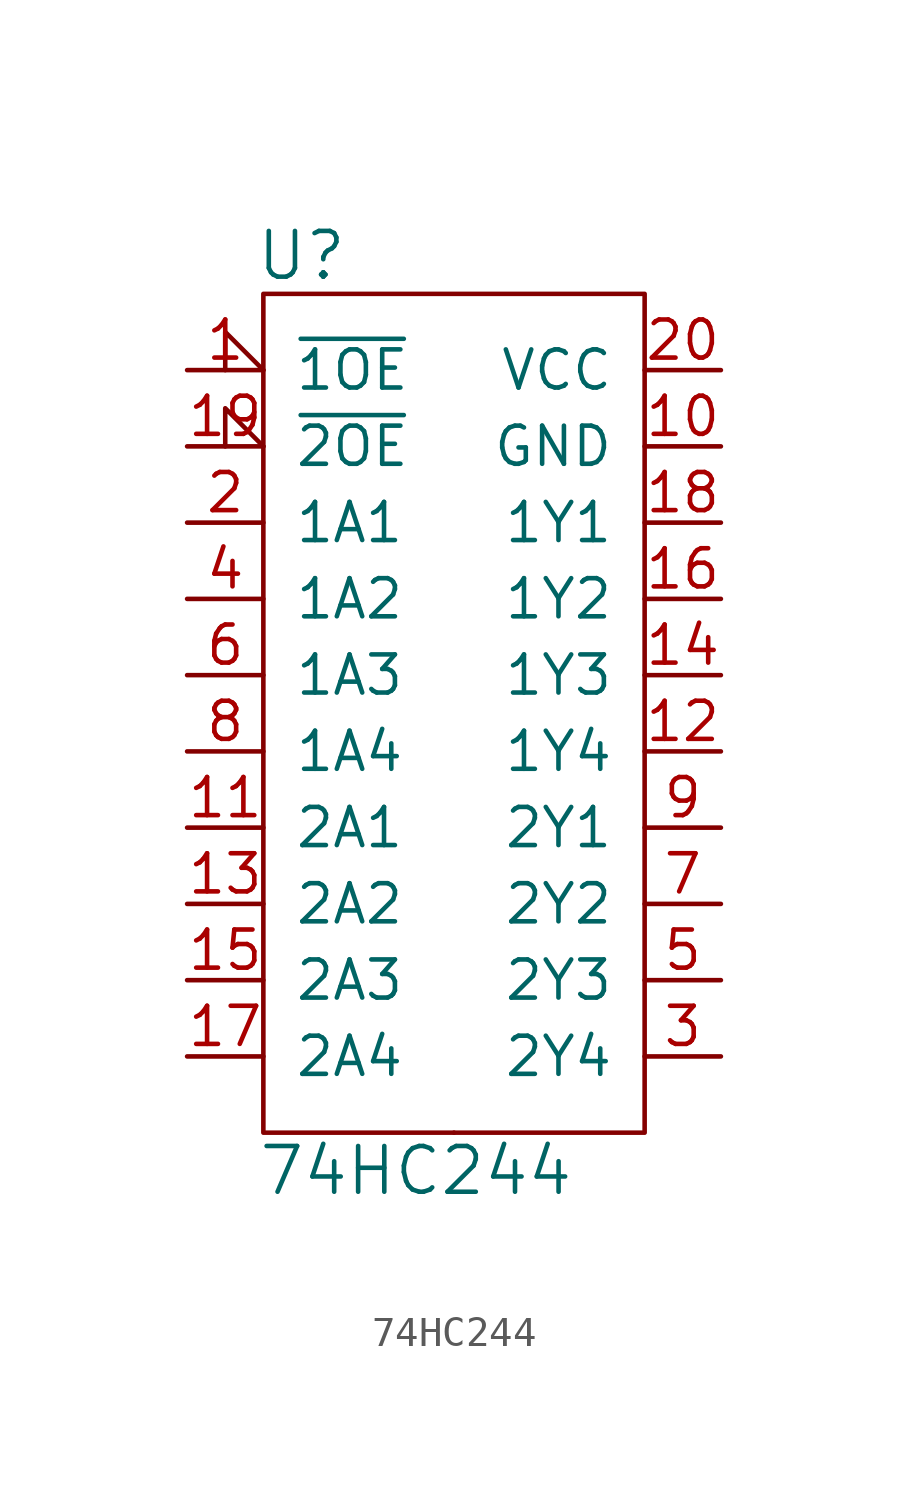
<source format=kicad_sym>
(kicad_symbol_lib
  (version 20211014)
  (generator kicad_symbol_editor)
  (symbol "74HC244"
    (pin_names
      (offset 1.016))
    (property "Reference" "U"
      (at -5.08 15.24 0)
      (effects (font (size 1.524 1.524))))
    (property "Value" "74HC244"
      (at -1.27 -15.24 0)
      (effects (font (size 1.524 1.524))))
    (property "Footprint" ""
      (at 0 0 0)
      (effects (font (size 1.524 1.524))))
    (property "Datasheet" ""
      (at 0 0 0)
      (effects (font (size 1.524 1.524))))
    (symbol "74HC244_0_1"
      (rectangle (start -6.35 13.97) (end 6.35 -13.97) (stroke (width 0) (type default) (color 0 0 0 0)) (fill (type none)))
      (rectangle (start 0 -13.97) (end 0 -13.97) (stroke (width 0) (type default) (color 0 0 0 0)) (fill (type none))))
    (symbol "74HC244_1_1"
      (pin input input_low (at -8.89 11.43 0) (length 2.54) (name "~{1OE}" (effects (font (size 1.27 1.27)))) (number "1" (effects (font (size 1.27 1.27)))))
      (pin passive line (at 8.89 8.89 180) (length 2.54) (name "GND" (effects (font (size 1.27 1.27)))) (number "10" (effects (font (size 1.27 1.27)))))
      (pin input line (at -8.89 -3.81 0) (length 2.54) (name "2A1" (effects (font (size 1.27 1.27)))) (number "11" (effects (font (size 1.27 1.27)))))
      (pin tri_state line (at 8.89 -1.27 180) (length 2.54) (name "1Y4" (effects (font (size 1.27 1.27)))) (number "12" (effects (font (size 1.27 1.27)))))
      (pin input line (at -8.89 -6.35 0) (length 2.54) (name "2A2" (effects (font (size 1.27 1.27)))) (number "13" (effects (font (size 1.27 1.27)))))
      (pin tri_state line (at 8.89 1.27 180) (length 2.54) (name "1Y3" (effects (font (size 1.27 1.27)))) (number "14" (effects (font (size 1.27 1.27)))))
      (pin input line (at -8.89 -8.89 0) (length 2.54) (name "2A3" (effects (font (size 1.27 1.27)))) (number "15" (effects (font (size 1.27 1.27)))))
      (pin tri_state line (at 8.89 3.81 180) (length 2.54) (name "1Y2" (effects (font (size 1.27 1.27)))) (number "16" (effects (font (size 1.27 1.27)))))
      (pin input line (at -8.89 -11.43 0) (length 2.54) (name "2A4" (effects (font (size 1.27 1.27)))) (number "17" (effects (font (size 1.27 1.27)))))
      (pin tri_state line (at 8.89 6.35 180) (length 2.54) (name "1Y1" (effects (font (size 1.27 1.27)))) (number "18" (effects (font (size 1.27 1.27)))))
      (pin input input_low (at -8.89 8.89 0) (length 2.54) (name "~{2OE}" (effects (font (size 1.27 1.27)))) (number "19" (effects (font (size 1.27 1.27)))))
      (pin input line (at -8.89 6.35 0) (length 2.54) (name "1A1" (effects (font (size 1.27 1.27)))) (number "2" (effects (font (size 1.27 1.27)))))
      (pin power_in line (at 8.89 11.43 180) (length 2.54) (name "VCC" (effects (font (size 1.27 1.27)))) (number "20" (effects (font (size 1.27 1.27)))))
      (pin tri_state line (at 8.89 -11.43 180) (length 2.54) (name "2Y4" (effects (font (size 1.27 1.27)))) (number "3" (effects (font (size 1.27 1.27)))))
      (pin input line (at -8.89 3.81 0) (length 2.54) (name "1A2" (effects (font (size 1.27 1.27)))) (number "4" (effects (font (size 1.27 1.27)))))
      (pin tri_state line (at 8.89 -8.89 180) (length 2.54) (name "2Y3" (effects (font (size 1.27 1.27)))) (number "5" (effects (font (size 1.27 1.27)))))
      (pin input line (at -8.89 1.27 0) (length 2.54) (name "1A3" (effects (font (size 1.27 1.27)))) (number "6" (effects (font (size 1.27 1.27)))))
      (pin tri_state line (at 8.89 -6.35 180) (length 2.54) (name "2Y2" (effects (font (size 1.27 1.27)))) (number "7" (effects (font (size 1.27 1.27)))))
      (pin input line (at -8.89 -1.27 0) (length 2.54) (name "1A4" (effects (font (size 1.27 1.27)))) (number "8" (effects (font (size 1.27 1.27)))))
      (pin tri_state line (at 8.89 -3.81 180) (length 2.54) (name "2Y1" (effects (font (size 1.27 1.27)))) (number "9" (effects (font (size 1.27 1.27))))))))
</source>
